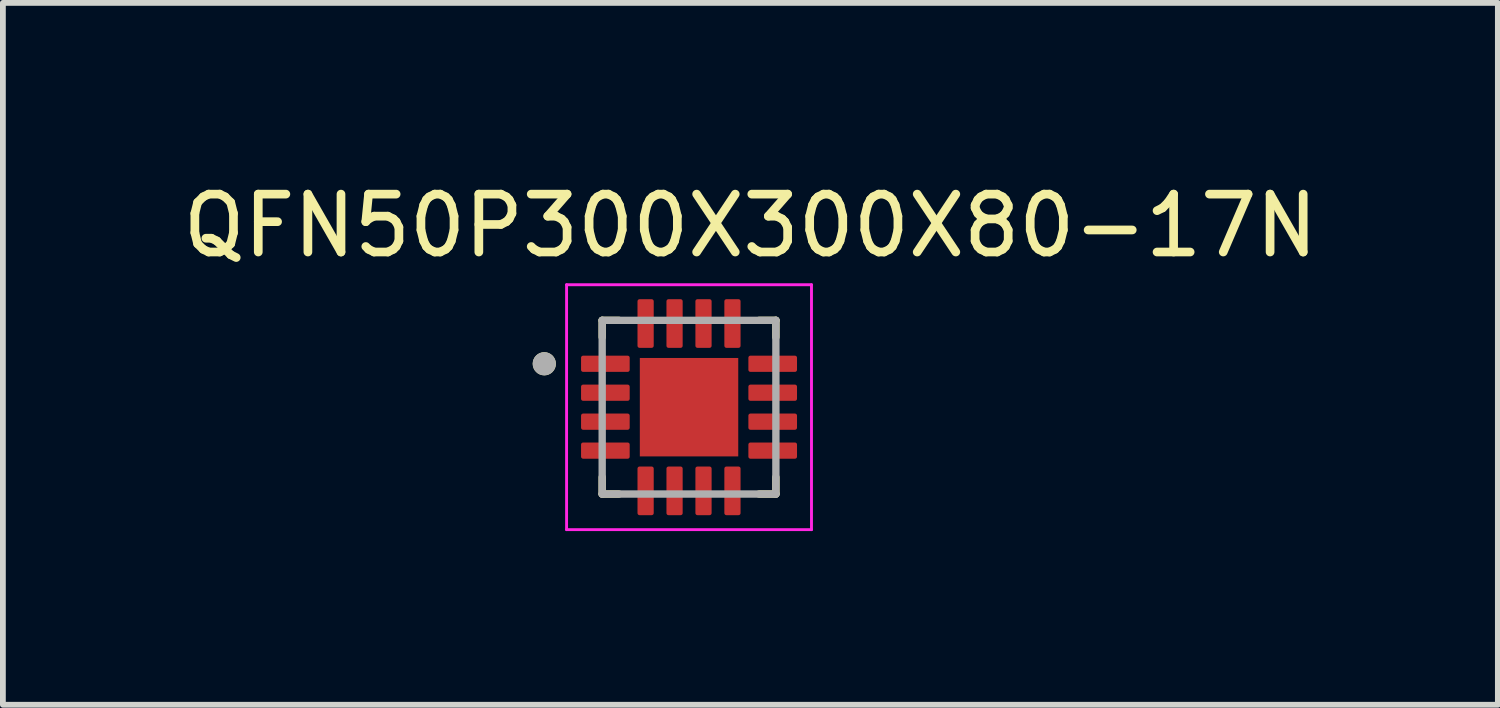
<source format=kicad_pcb>
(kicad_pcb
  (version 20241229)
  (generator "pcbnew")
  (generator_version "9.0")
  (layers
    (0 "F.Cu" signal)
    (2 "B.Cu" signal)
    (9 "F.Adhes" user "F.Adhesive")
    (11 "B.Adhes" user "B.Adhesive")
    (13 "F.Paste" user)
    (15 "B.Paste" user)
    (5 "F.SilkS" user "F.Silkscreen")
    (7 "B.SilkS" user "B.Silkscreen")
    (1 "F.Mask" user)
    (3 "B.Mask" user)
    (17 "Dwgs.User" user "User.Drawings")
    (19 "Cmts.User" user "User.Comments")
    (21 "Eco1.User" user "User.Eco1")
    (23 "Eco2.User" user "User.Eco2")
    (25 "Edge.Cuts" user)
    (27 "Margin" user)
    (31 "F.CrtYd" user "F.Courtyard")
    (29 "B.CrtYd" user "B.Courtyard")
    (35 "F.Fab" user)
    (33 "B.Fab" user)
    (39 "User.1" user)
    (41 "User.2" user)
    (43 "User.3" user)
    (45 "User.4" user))
  (footprint "QFN50P300X300X80-17N"
    (layer "F.Cu")
    (at 8.851 3.983)
    (property "Reference" "QFN50P300X300X80-17N" (at 1.06 -3.135 0) (layer "F.SilkS") (effects (font (size 1 1) (thickness 0.15))))
    (attr smd)
    (fp_line (start -1.5 -1.5) (end -1.5 -1.21) (stroke (width 0.127) (type solid)) (layer "F.SilkS"))
    (fp_line (start -1.5 -1.5) (end -1.21 -1.5) (stroke (width 0.127) (type solid)) (layer "F.SilkS"))
    (fp_line (start -1.5 1.5) (end -1.5 1.21) (stroke (width 0.127) (type solid)) (layer "F.SilkS"))
    (fp_line (start -1.5 1.5) (end -1.21 1.5) (stroke (width 0.127) (type solid)) (layer "F.SilkS"))
    (fp_line (start 1.5 -1.5) (end 1.21 -1.5) (stroke (width 0.127) (type solid)) (layer "F.SilkS"))
    (fp_line (start 1.5 -1.5) (end 1.5 -1.21) (stroke (width 0.127) (type solid)) (layer "F.SilkS"))
    (fp_line (start 1.5 1.5) (end 1.21 1.5) (stroke (width 0.127) (type solid)) (layer "F.SilkS"))
    (fp_line (start 1.5 1.5) (end 1.5 1.21) (stroke (width 0.127) (type solid)) (layer "F.SilkS"))
    (fp_circle (center -2.5 -0.75) (end -2.4 -0.75) (stroke (width 0.2) (type solid)) (fill no) (layer "F.SilkS"))
    (fp_poly (pts (xy -0.54 -0.54) (xy 0.54 -0.54) (xy 0.54 0.54) (xy -0.54 0.54)) (stroke (width 0.01) (type solid)) (fill yes) (layer "F.Paste"))
    (fp_line (start -2.115 -2.115) (end 2.115 -2.115) (stroke (width 0.05) (type solid)) (layer "F.CrtYd"))
    (fp_line (start -2.115 2.115) (end -2.115 -2.115) (stroke (width 0.05) (type solid)) (layer "F.CrtYd"))
    (fp_line (start 2.115 -2.115) (end 2.115 2.115) (stroke (width 0.05) (type solid)) (layer "F.CrtYd"))
    (fp_line (start 2.115 2.115) (end -2.115 2.115) (stroke (width 0.05) (type solid)) (layer "F.CrtYd"))
    (fp_line (start -1.5 -1.5) (end 1.5 -1.5) (stroke (width 0.127) (type solid)) (layer "F.Fab"))
    (fp_line (start -1.5 1.5) (end -1.5 -1.5) (stroke (width 0.127) (type solid)) (layer "F.Fab"))
    (fp_line (start 1.5 -1.5) (end 1.5 1.5) (stroke (width 0.127) (type solid)) (layer "F.Fab"))
    (fp_line (start 1.5 1.5) (end -1.5 1.5) (stroke (width 0.127) (type solid)) (layer "F.Fab"))
    (fp_circle (center -2.5 -0.75) (end -2.4 -0.75) (stroke (width 0.2) (type solid)) (fill no) (layer "F.Fab"))
    (pad "1" smd roundrect (at -1.445 -0.75) (size 0.84 0.28) (layers "F.Cu" "F.Mask" "F.Paste") (roundrect_rratio 0.125))
    (pad "2" smd roundrect (at -1.445 -0.25) (size 0.84 0.28) (layers "F.Cu" "F.Mask" "F.Paste") (roundrect_rratio 0.125))
    (pad "3" smd roundrect (at -1.445 0.25) (size 0.84 0.28) (layers "F.Cu" "F.Mask" "F.Paste") (roundrect_rratio 0.125))
    (pad "4" smd roundrect (at -1.445 0.75) (size 0.84 0.28) (layers "F.Cu" "F.Mask" "F.Paste") (roundrect_rratio 0.125))
    (pad "5" smd roundrect (at -0.75 1.445) (size 0.28 0.84) (layers "F.Cu" "F.Mask" "F.Paste") (roundrect_rratio 0.125))
    (pad "6" smd roundrect (at -0.25 1.445) (size 0.28 0.84) (layers "F.Cu" "F.Mask" "F.Paste") (roundrect_rratio 0.125))
    (pad "7" smd roundrect (at 0.25 1.445) (size 0.28 0.84) (layers "F.Cu" "F.Mask" "F.Paste") (roundrect_rratio 0.125))
    (pad "8" smd roundrect (at 0.75 1.445) (size 0.28 0.84) (layers "F.Cu" "F.Mask" "F.Paste") (roundrect_rratio 0.125))
    (pad "9" smd roundrect (at 1.445 0.75) (size 0.84 0.28) (layers "F.Cu" "F.Mask" "F.Paste") (roundrect_rratio 0.125))
    (pad "10" smd roundrect (at 1.445 0.25) (size 0.84 0.28) (layers "F.Cu" "F.Mask" "F.Paste") (roundrect_rratio 0.125))
    (pad "11" smd roundrect (at 1.445 -0.25) (size 0.84 0.28) (layers "F.Cu" "F.Mask" "F.Paste") (roundrect_rratio 0.125))
    (pad "12" smd roundrect (at 1.445 -0.75) (size 0.84 0.28) (layers "F.Cu" "F.Mask" "F.Paste") (roundrect_rratio 0.125))
    (pad "13" smd roundrect (at 0.75 -1.445) (size 0.28 0.84) (layers "F.Cu" "F.Mask" "F.Paste") (roundrect_rratio 0.125))
    (pad "14" smd roundrect (at 0.25 -1.445) (size 0.28 0.84) (layers "F.Cu" "F.Mask" "F.Paste") (roundrect_rratio 0.125))
    (pad "15" smd roundrect (at -0.25 -1.445) (size 0.28 0.84) (layers "F.Cu" "F.Mask" "F.Paste") (roundrect_rratio 0.125))
    (pad "16" smd roundrect (at -0.75 -1.445) (size 0.28 0.84) (layers "F.Cu" "F.Mask" "F.Paste") (roundrect_rratio 0.125))
    (pad "17" smd rect (at 0 0) (size 1.7 1.7) (layers "F.Cu" "F.Mask")))
  (gr_rect
    (start -3 -3)
    (end 22.821 9.123)
    (stroke (width 0.1) (type default))
    (fill no)
    (layer "Edge.Cuts")))
</source>
